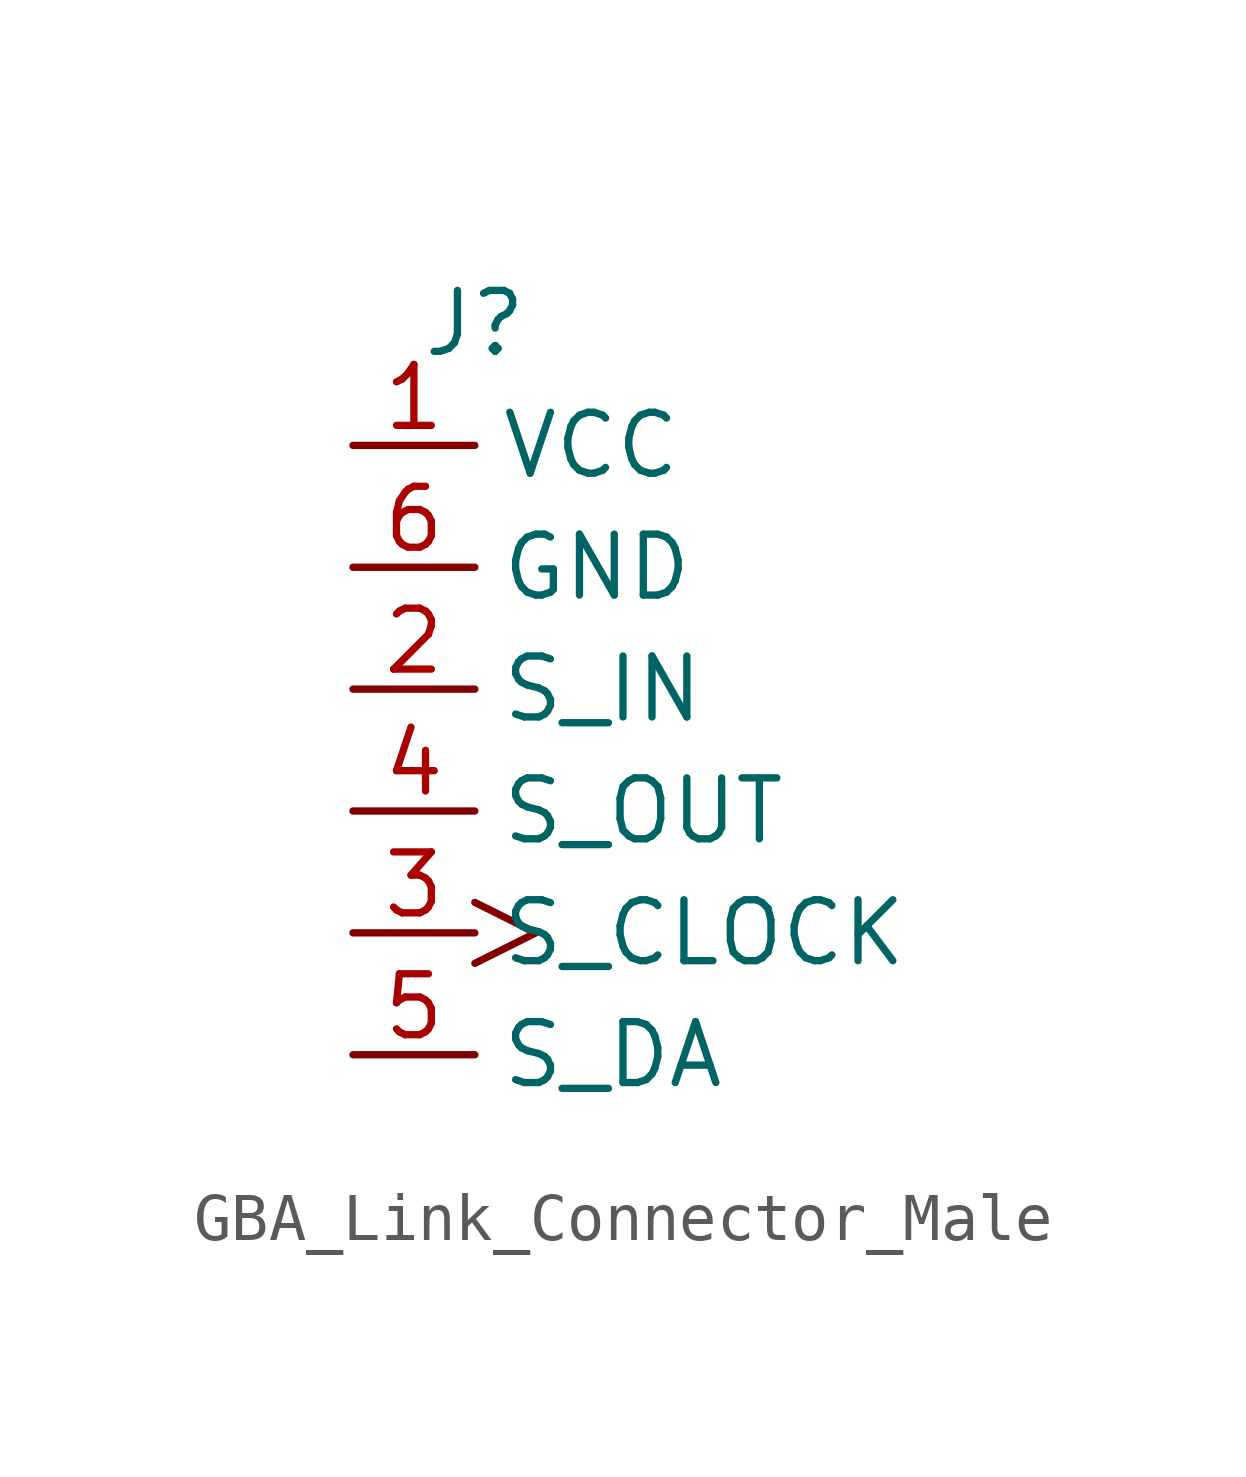
<source format=kicad_sym>
(kicad_symbol_lib
  (version 20231120)
  (generator "kicad_symbol_editor")
  (generator_version "8.0")
  (symbol "GBA_Link_Connector_Male"
    (property "Reference" "J"
      (at 0 0 0)
      (effects (font (size 1.27 1.27))))
    (symbol "GBA_Link_Connector_Male_1_1"
      (pin power_in line (at -2.54 -2.54 0) (length 2.54) (name "VCC" (effects (font (size 1.27 1.27)))) (number "1" (effects (font (size 1.27 1.27)))))
      (pin input line (at -2.54 -7.62 0) (length 2.54) (name "S_IN" (effects (font (size 1.27 1.27)))) (number "2" (effects (font (size 1.27 1.27)))))
      (pin input clock (at -2.54 -12.7 0) (length 2.54) (name "S_CLOCK" (effects (font (size 1.27 1.27)))) (number "3" (effects (font (size 1.27 1.27)))))
      (pin output line (at -2.54 -10.16 0) (length 2.54) (name "S_OUT" (effects (font (size 1.27 1.27)))) (number "4" (effects (font (size 1.27 1.27)))))
      (pin input line (at -2.54 -15.24 0) (length 2.54) (name "S_DA" (effects (font (size 1.27 1.27)))) (number "5" (effects (font (size 1.27 1.27)))))
      (pin power_out line (at -2.54 -5.08 0) (length 2.54) (name "GND" (effects (font (size 1.27 1.27)))) (number "6" (effects (font (size 1.27 1.27))))))))
</source>
